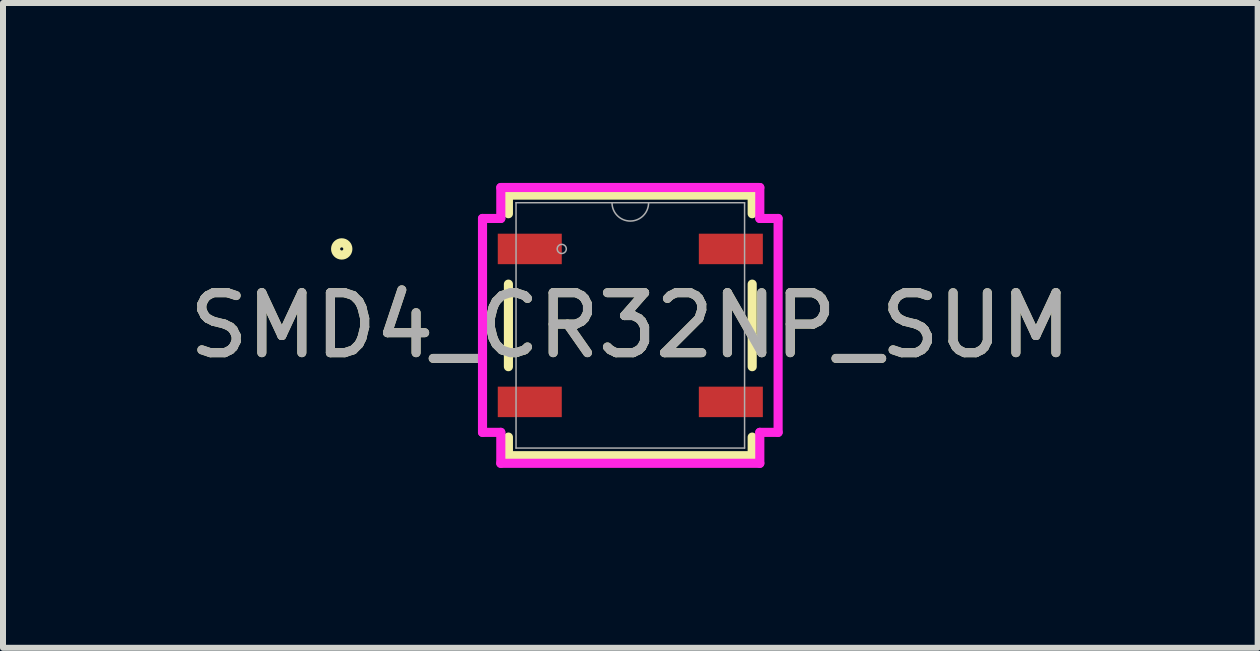
<source format=kicad_pcb>
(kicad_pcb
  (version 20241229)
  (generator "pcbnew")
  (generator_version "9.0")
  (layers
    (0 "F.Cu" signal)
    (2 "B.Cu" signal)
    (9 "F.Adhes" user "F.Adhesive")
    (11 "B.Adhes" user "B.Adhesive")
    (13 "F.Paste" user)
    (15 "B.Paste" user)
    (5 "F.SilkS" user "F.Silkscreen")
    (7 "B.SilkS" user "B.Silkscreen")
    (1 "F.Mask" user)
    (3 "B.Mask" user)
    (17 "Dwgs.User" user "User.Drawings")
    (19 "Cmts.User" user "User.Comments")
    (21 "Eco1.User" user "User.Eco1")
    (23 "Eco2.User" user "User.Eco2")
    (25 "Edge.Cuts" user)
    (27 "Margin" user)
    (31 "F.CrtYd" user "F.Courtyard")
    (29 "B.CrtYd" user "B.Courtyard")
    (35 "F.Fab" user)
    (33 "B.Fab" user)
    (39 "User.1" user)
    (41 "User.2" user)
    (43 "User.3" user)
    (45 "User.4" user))
  (footprint "SMD4_CR32NP_SUM"
    (layer "F.Cu")
    (at 7.458 2.375)
    (property "Reference" "SMD4_CR32NP_SUM" (at 0 0 0) (unlocked yes) (layer "F.SilkS") (effects (font (size 1 1) (thickness 0.15))))
    (attr smd)
    (fp_line (start -2.032 -2.172) (end -2.032 -1.862) (stroke (width 0.152) (type solid)) (layer "F.SilkS"))
    (fp_line (start -2.032 -0.688) (end -2.032 0.688) (stroke (width 0.152) (type solid)) (layer "F.SilkS"))
    (fp_line (start -2.032 1.862) (end -2.032 2.172) (stroke (width 0.152) (type solid)) (layer "F.SilkS"))
    (fp_line (start -2.032 2.172) (end 2.032 2.172) (stroke (width 0.152) (type solid)) (layer "F.SilkS"))
    (fp_line (start 2.032 -2.172) (end -2.032 -2.172) (stroke (width 0.152) (type solid)) (layer "F.SilkS"))
    (fp_line (start 2.032 -1.862) (end 2.032 -2.172) (stroke (width 0.152) (type solid)) (layer "F.SilkS"))
    (fp_line (start 2.032 0.688) (end 2.032 -0.688) (stroke (width 0.152) (type solid)) (layer "F.SilkS"))
    (fp_line (start 2.032 2.172) (end 2.032 1.862) (stroke (width 0.152) (type solid)) (layer "F.SilkS"))
    (fp_circle (center -4.811 -1.275) (end -4.709 -1.275) (stroke (width 0.152) (type solid)) (fill no) (layer "F.SilkS"))
    (fp_line (start -2.464 -1.783) (end -2.159 -1.783) (stroke (width 0.152) (type solid)) (layer "F.CrtYd"))
    (fp_line (start -2.464 1.783) (end -2.464 -1.783) (stroke (width 0.152) (type solid)) (layer "F.CrtYd"))
    (fp_line (start -2.464 1.783) (end -2.159 1.783) (stroke (width 0.152) (type solid)) (layer "F.CrtYd"))
    (fp_line (start -2.159 -2.299) (end 2.159 -2.299) (stroke (width 0.152) (type solid)) (layer "F.CrtYd"))
    (fp_line (start -2.159 -1.783) (end -2.159 -2.299) (stroke (width 0.152) (type solid)) (layer "F.CrtYd"))
    (fp_line (start -2.159 2.299) (end -2.159 1.783) (stroke (width 0.152) (type solid)) (layer "F.CrtYd"))
    (fp_line (start 2.159 -2.299) (end 2.159 -1.783) (stroke (width 0.152) (type solid)) (layer "F.CrtYd"))
    (fp_line (start 2.159 1.783) (end 2.159 2.299) (stroke (width 0.152) (type solid)) (layer "F.CrtYd"))
    (fp_line (start 2.159 2.299) (end -2.159 2.299) (stroke (width 0.152) (type solid)) (layer "F.CrtYd"))
    (fp_line (start 2.464 -1.783) (end 2.159 -1.783) (stroke (width 0.152) (type solid)) (layer "F.CrtYd"))
    (fp_line (start 2.464 -1.783) (end 2.464 1.783) (stroke (width 0.152) (type solid)) (layer "F.CrtYd"))
    (fp_line (start 2.464 1.783) (end 2.159 1.783) (stroke (width 0.152) (type solid)) (layer "F.CrtYd"))
    (fp_line (start -1.905 -2.045) (end -1.905 2.045) (stroke (width 0.025) (type solid)) (layer "F.Fab"))
    (fp_line (start -1.905 2.045) (end 1.905 2.045) (stroke (width 0.025) (type solid)) (layer "F.Fab"))
    (fp_line (start 1.905 -2.045) (end -1.905 -2.045) (stroke (width 0.025) (type solid)) (layer "F.Fab"))
    (fp_line (start 1.905 2.045) (end 1.905 -2.045) (stroke (width 0.025) (type solid)) (layer "F.Fab"))
    (fp_arc (start 0.3048 -2.0447) (mid 0 -1.7399) (end -0.3048 -2.0447) (stroke (width 0.0254) (type solid)) (layer "F.Fab"))
    (fp_circle (center -1.143 -1.275) (end -1.067 -1.275) (stroke (width 0.025) (type solid)) (fill no) (layer "F.Fab"))
    (fp_text user "${REFERENCE}" (at 0 0 0) (unlocked yes) (layer "F.Fab") (effects (font (size 1 1) (thickness 0.15))))
    (pad "1" smd rect (at -1.676 -1.275) (size 1.067 0.508) (layers "F.Cu" "F.Mask" "F.Paste"))
    (pad "2" smd rect (at -1.676 1.275) (size 1.067 0.508) (layers "F.Cu" "F.Mask" "F.Paste"))
    (pad "3" smd rect (at 1.676 1.275) (size 1.067 0.508) (layers "F.Cu" "F.Mask" "F.Paste"))
    (pad "4" smd rect (at 1.676 -1.275) (size 1.067 0.508) (layers "F.Cu" "F.Mask" "F.Paste")))
  (gr_rect
    (start -3 -3)
    (end 17.917 7.75)
    (stroke (width 0.1) (type default))
    (fill no)
    (layer "Edge.Cuts")))
</source>
